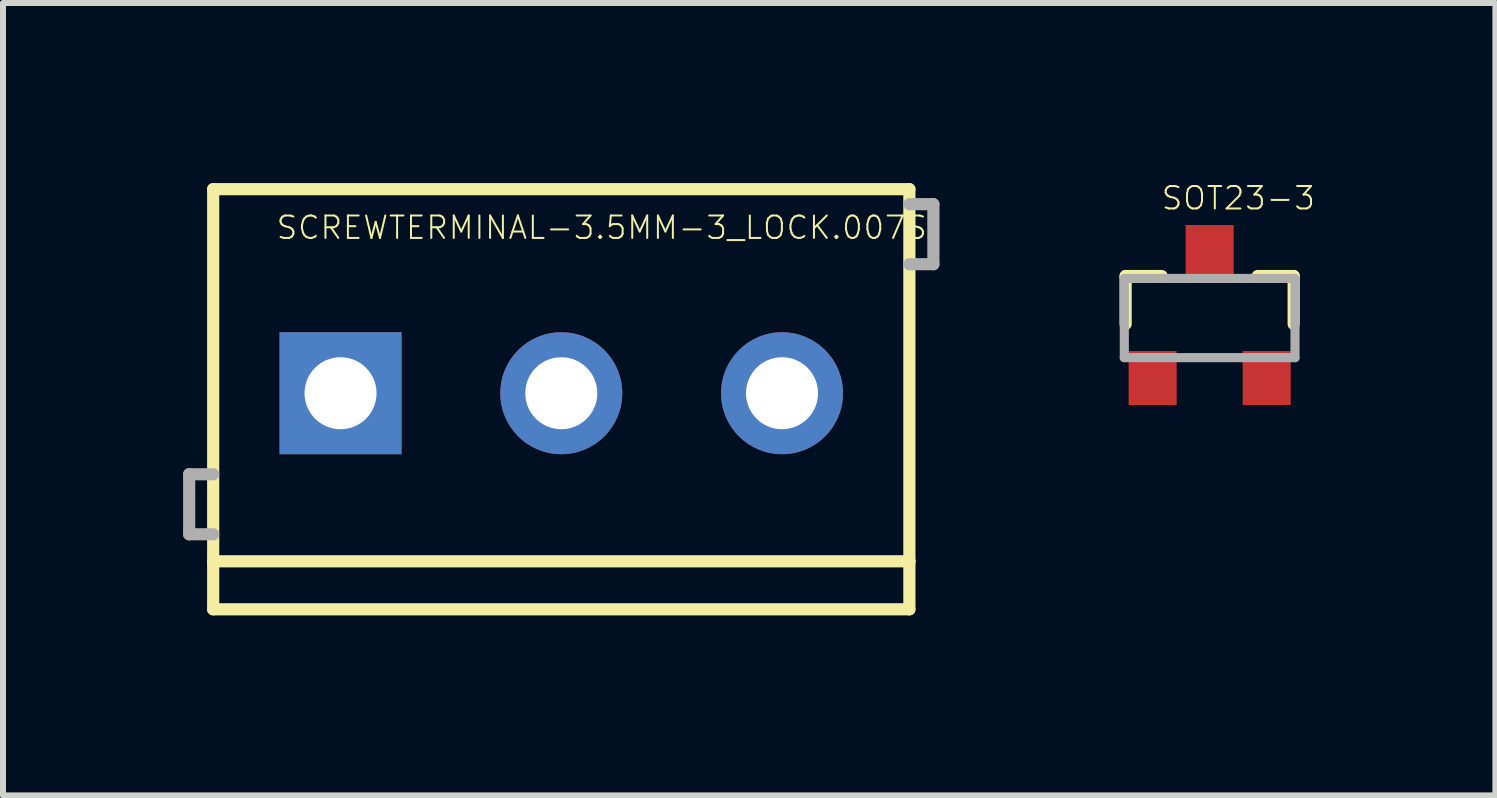
<source format=kicad_pcb>
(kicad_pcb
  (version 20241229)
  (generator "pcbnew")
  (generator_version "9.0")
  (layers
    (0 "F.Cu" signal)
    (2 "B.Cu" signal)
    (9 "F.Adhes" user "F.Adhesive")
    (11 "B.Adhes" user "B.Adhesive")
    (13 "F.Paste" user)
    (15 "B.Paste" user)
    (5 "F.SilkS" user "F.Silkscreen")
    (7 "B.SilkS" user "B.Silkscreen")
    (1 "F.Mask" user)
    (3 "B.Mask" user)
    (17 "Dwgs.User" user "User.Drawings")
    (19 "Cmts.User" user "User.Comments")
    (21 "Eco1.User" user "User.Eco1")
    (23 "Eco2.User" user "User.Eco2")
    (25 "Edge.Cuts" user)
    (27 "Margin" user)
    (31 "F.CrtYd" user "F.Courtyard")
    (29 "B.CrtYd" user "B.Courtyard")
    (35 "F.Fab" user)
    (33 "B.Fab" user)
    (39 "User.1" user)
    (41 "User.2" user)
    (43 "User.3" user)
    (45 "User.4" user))
  (footprint "SCREWTERMINAL-3.5MM-3_LOCK.007S"
    (layer "F.Cu")
    (at 2.802 3.502)
    (property "Reference" "SCREWTERMINAL-3.5MM-3_LOCK.007S" (at -1.27 -2.54 0) (layer "F.SilkS") (effects (font (size 0.374 0.374) (thickness 0.033)) (justify left bottom)))
    (fp_line (start -2.3 -3.4) (end 9.3 -3.4) (stroke (width 0.203) (type solid)) (layer "F.SilkS"))
    (fp_line (start -2.3 2.8) (end -2.3 -3.4) (stroke (width 0.203) (type solid)) (layer "F.SilkS"))
    (fp_line (start -2.3 3.6) (end -2.3 2.8) (stroke (width 0.203) (type solid)) (layer "F.SilkS"))
    (fp_line (start 9.3 -3.4) (end 9.3 2.8) (stroke (width 0.203) (type solid)) (layer "F.SilkS"))
    (fp_line (start 9.3 2.8) (end -2.3 2.8) (stroke (width 0.203) (type solid)) (layer "F.SilkS"))
    (fp_line (start 9.3 2.8) (end 9.3 3.6) (stroke (width 0.203) (type solid)) (layer "F.SilkS"))
    (fp_line (start 9.3 3.6) (end -2.3 3.6) (stroke (width 0.203) (type solid)) (layer "F.SilkS"))
    (fp_line (start -2.7 1.35) (end -2.7 2.35) (stroke (width 0.203) (type solid)) (layer "F.Fab"))
    (fp_line (start -2.7 2.35) (end -2.3 2.35) (stroke (width 0.203) (type solid)) (layer "F.Fab"))
    (fp_line (start -2.3 1.35) (end -2.7 1.35) (stroke (width 0.203) (type solid)) (layer "F.Fab"))
    (fp_line (start 9.3 -3.15) (end 9.7 -3.15) (stroke (width 0.203) (type solid)) (layer "F.Fab"))
    (fp_line (start 9.7 -3.15) (end 9.7 -2.15) (stroke (width 0.203) (type solid)) (layer "F.Fab"))
    (fp_line (start 9.7 -2.15) (end 9.3 -2.15) (stroke (width 0.203) (type solid)) (layer "F.Fab"))
    (fp_circle (center 0 0) (end 0.425 0) (stroke (width 0.001) (type solid)) (fill no) (layer "F.Fab"))
    (fp_circle (center 3.5 0) (end 3.925 0) (stroke (width 0.001) (type solid)) (fill no) (layer "F.Fab"))
    (fp_circle (center 7 0) (end 7.425 0) (stroke (width 0.001) (type solid)) (fill no) (layer "F.Fab"))
    (pad "1" thru_hole rect (at -0.178 0) (size 2.032 2.032) (drill 1.2) (layers "*.Cu" "*.Mask"))
    (pad "2" thru_hole circle (at 3.5 0) (size 2.032 2.032) (drill 1.2) (layers "*.Cu" "*.Mask"))
    (pad "3" thru_hole circle (at 7.178 0) (size 2.032 2.032) (drill 1.2) (layers "*.Cu" "*.Mask")))
  (footprint "SOT23-3"
    (layer "F.Cu")
    (at 17.105 2.249)
    (property "Reference" "SOT23-3" (at -0.826 -1.778 0) (layer "F.SilkS") (effects (font (size 0.374 0.374) (thickness 0.033)) (justify left bottom)))
    (fp_line (start -1.4 -0.7) (end -1.4 0.1) (stroke (width 0.203) (type solid)) (layer "F.SilkS"))
    (fp_line (start -0.8 -0.7) (end -1.4 -0.7) (stroke (width 0.203) (type solid)) (layer "F.SilkS"))
    (fp_line (start 0.8 -0.7) (end 1.4 -0.7) (stroke (width 0.203) (type solid)) (layer "F.SilkS"))
    (fp_line (start 1.4 -0.7) (end 1.4 0.1) (stroke (width 0.203) (type solid)) (layer "F.SilkS"))
    (fp_line (start -1.422 -0.66) (end 1.422 -0.66) (stroke (width 0.152) (type solid)) (layer "F.Fab"))
    (fp_line (start -1.422 0.66) (end -1.422 -0.66) (stroke (width 0.152) (type solid)) (layer "F.Fab"))
    (fp_line (start 1.422 -0.66) (end 1.422 0.66) (stroke (width 0.152) (type solid)) (layer "F.Fab"))
    (fp_line (start 1.422 0.66) (end -1.422 0.66) (stroke (width 0.152) (type solid)) (layer "F.Fab"))
    (pad "1" smd rect (at -0.95 1) (size 0.8 0.9) (layers "F.Cu" "F.Mask" "F.Paste"))
    (pad "2" smd rect (at 0.95 1) (size 0.8 0.9) (layers "F.Cu" "F.Mask" "F.Paste"))
    (pad "3" smd rect (at 0 -1.1) (size 0.8 0.9) (layers "F.Cu" "F.Mask" "F.Paste")))
  (gr_rect
    (start -3 -3)
    (end 21.866 10.203)
    (stroke (width 0.1) (type default))
    (fill no)
    (layer "Edge.Cuts")))
</source>
